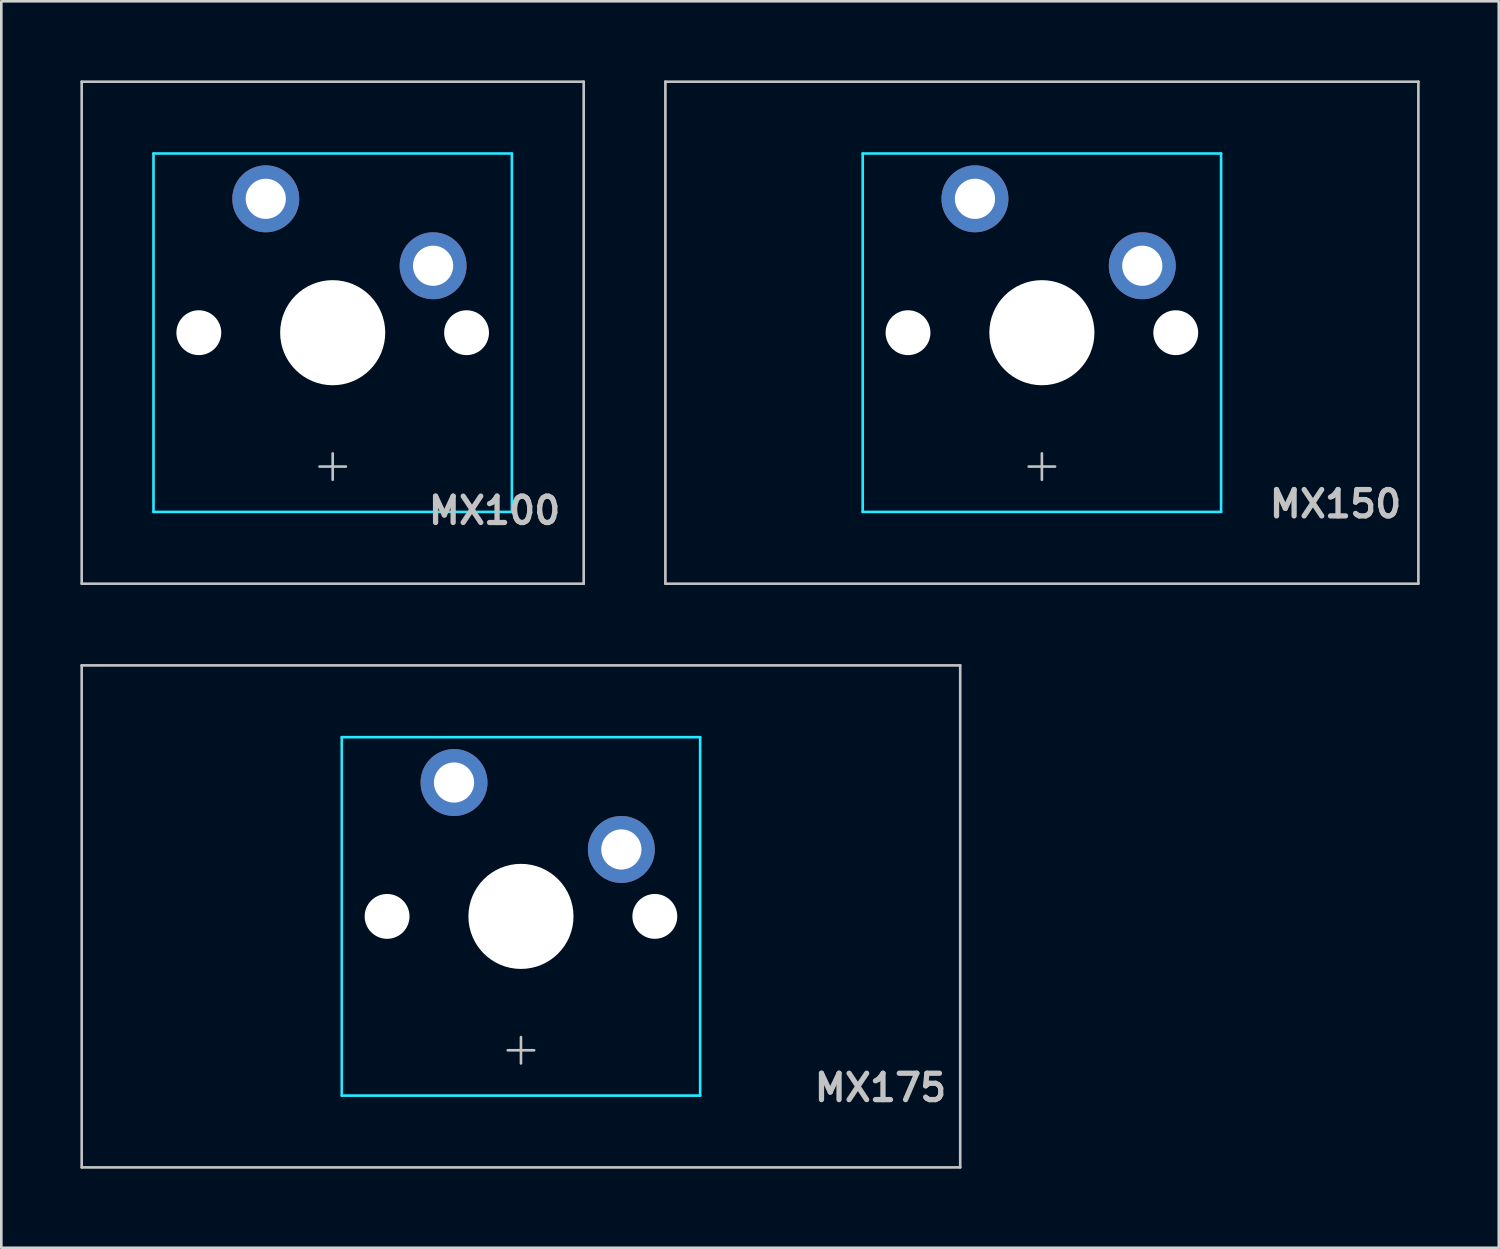
<source format=kicad_pcb>
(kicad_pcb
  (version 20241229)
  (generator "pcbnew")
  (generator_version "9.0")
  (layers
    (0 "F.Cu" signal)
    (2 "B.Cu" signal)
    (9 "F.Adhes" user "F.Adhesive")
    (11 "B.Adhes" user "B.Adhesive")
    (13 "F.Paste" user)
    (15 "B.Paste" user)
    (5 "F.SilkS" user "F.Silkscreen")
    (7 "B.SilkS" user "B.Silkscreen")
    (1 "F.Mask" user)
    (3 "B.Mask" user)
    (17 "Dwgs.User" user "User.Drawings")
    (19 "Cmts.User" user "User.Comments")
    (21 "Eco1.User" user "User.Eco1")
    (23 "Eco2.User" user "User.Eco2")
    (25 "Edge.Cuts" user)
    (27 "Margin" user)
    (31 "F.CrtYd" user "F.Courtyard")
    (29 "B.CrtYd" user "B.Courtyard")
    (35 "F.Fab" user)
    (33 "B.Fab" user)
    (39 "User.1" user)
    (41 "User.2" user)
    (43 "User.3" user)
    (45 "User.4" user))
  (footprint "MX175"
    (layer "F.Cu")
    (at 16.719 31.725)
    (property "Reference" "MX175" (at 16.25 6.5 0) (layer "Dwgs.User") (effects (font (size 1 1) (thickness 0.2)) (justify right)))
    (attr through_hole)
    (fp_circle (center -2.54 -5.08) (end -2.032 -5.08) (stroke (width 0.12) (type solid)) (fill no) (layer "F.Mask"))
    (fp_line (start -16.669 -9.525) (end -16.669 9.525) (stroke (width 0.1) (type solid)) (layer "Dwgs.User"))
    (fp_line (start -16.669 -9.525) (end 16.669 -9.525) (stroke (width 0.1) (type solid)) (layer "Dwgs.User"))
    (fp_line (start -16.669 9.525) (end 16.669 9.525) (stroke (width 0.1) (type solid)) (layer "Dwgs.User"))
    (fp_line (start -0.5 5.08) (end 0.5 5.08) (stroke (width 0.1) (type solid)) (layer "Dwgs.User"))
    (fp_line (start 0 4.58) (end 0 5.58) (stroke (width 0.1) (type solid)) (layer "Dwgs.User"))
    (fp_line (start 16.669 -9.525) (end 16.669 9.525) (stroke (width 0.1) (type solid)) (layer "Dwgs.User"))
    (fp_line (start -7 -6.5) (end -7 6.5) (stroke (width 0.1) (type solid)) (layer "Eco1.User"))
    (fp_line (start -6.5 7) (end 6.5 7) (stroke (width 0.1) (type solid)) (layer "Eco1.User"))
    (fp_line (start 6.5 -7) (end -6.5 -7) (stroke (width 0.1) (type solid)) (layer "Eco1.User"))
    (fp_line (start 7 6.5) (end 7 -6.5) (stroke (width 0.1) (type solid)) (layer "Eco1.User"))
    (fp_arc (start -7 -6.5) (mid -6.853553 -6.853553) (end -6.5 -7) (stroke (width 0.1) (type solid)) (layer "Eco1.User"))
    (fp_arc (start -6.5 7) (mid -6.853553 6.853553) (end -7 6.5) (stroke (width 0.1) (type solid)) (layer "Eco1.User"))
    (fp_arc (start 6.5 -7) (mid 6.853553 -6.853553) (end 7 -6.5) (stroke (width 0.1) (type solid)) (layer "Eco1.User"))
    (fp_arc (start 7 6.5) (mid 6.853553 6.853553) (end 6.5 7) (stroke (width 0.1) (type solid)) (layer "Eco1.User"))
    (fp_line (start -6.8 -6.8) (end 6.8 -6.8) (stroke (width 0.1) (type solid)) (layer "B.CrtYd"))
    (fp_line (start -6.8 6.8) (end -6.8 -6.8) (stroke (width 0.1) (type solid)) (layer "B.CrtYd"))
    (fp_line (start -6.8 6.8) (end 6.8 6.8) (stroke (width 0.1) (type solid)) (layer "B.CrtYd"))
    (fp_line (start 6.8 6.8) (end 6.8 -6.8) (stroke (width 0.1) (type solid)) (layer "B.CrtYd"))
    (pad "" np_thru_hole circle (at -5.08 0) (size 1.702 1.702) (drill 1.702) (layers "*.Cu" "*.Mask"))
    (pad "" connect circle (at -2.54 -5.08) (size 1.524 1.524) (layers "B.Mask"))
    (pad "" np_thru_hole circle (at 0 0) (size 3.988 3.988) (drill 3.988) (layers "*.Cu" "*.Mask"))
    (pad "" connect circle (at 3.81 -2.54) (size 1.524 1.524) (layers "B.Mask"))
    (pad "" np_thru_hole circle (at 5.08 0) (size 1.702 1.702) (drill 1.702) (layers "*.Cu" "*.Mask"))
    (pad "1" thru_hole circle (at -2.54 -5.08) (size 2.54 2.54) (drill 1.524) (layers "*.Cu" "F.Mask"))
    (pad "2" thru_hole circle (at 3.81 -2.54) (size 2.54 2.54) (drill 1.524) (layers "*.Cu" "F.Mask")))
  (footprint "MX100"
    (layer "F.Cu")
    (at 9.575 9.575)
    (property "Reference" "MX100" (at 8.75 6.75 0) (layer "Dwgs.User") (effects (font (size 1 1) (thickness 0.2)) (justify right)))
    (attr through_hole)
    (fp_circle (center 3.81 -2.54) (end 4.318 -2.54) (stroke (width 0.12) (type solid)) (fill no) (layer "F.Mask"))
    (fp_line (start -9.525 -9.525) (end 9.525 -9.525) (stroke (width 0.1) (type solid)) (layer "Dwgs.User"))
    (fp_line (start -9.525 9.525) (end -9.525 -9.525) (stroke (width 0.1) (type solid)) (layer "Dwgs.User"))
    (fp_line (start -0.5 5.08) (end 0.5 5.08) (stroke (width 0.1) (type solid)) (layer "Dwgs.User"))
    (fp_line (start 0 4.58) (end 0 5.58) (stroke (width 0.1) (type solid)) (layer "Dwgs.User"))
    (fp_line (start 9.525 -9.525) (end 9.525 9.525) (stroke (width 0.1) (type solid)) (layer "Dwgs.User"))
    (fp_line (start 9.525 9.525) (end -9.525 9.525) (stroke (width 0.1) (type solid)) (layer "Dwgs.User"))
    (fp_line (start -7 -6.5) (end -7 6.5) (stroke (width 0.1) (type solid)) (layer "Eco1.User"))
    (fp_line (start -6.5 7) (end 6.5 7) (stroke (width 0.1) (type solid)) (layer "Eco1.User"))
    (fp_line (start 6.5 -7) (end -6.5 -7) (stroke (width 0.1) (type solid)) (layer "Eco1.User"))
    (fp_line (start 7 6.5) (end 7 -6.5) (stroke (width 0.1) (type solid)) (layer "Eco1.User"))
    (fp_arc (start -7 -6.5) (mid -6.853553 -6.853553) (end -6.5 -7) (stroke (width 0.1) (type solid)) (layer "Eco1.User"))
    (fp_arc (start -6.5 7) (mid -6.853553 6.853553) (end -7 6.5) (stroke (width 0.1) (type solid)) (layer "Eco1.User"))
    (fp_arc (start 6.5 -7) (mid 6.853553 -6.853553) (end 7 -6.5) (stroke (width 0.1) (type solid)) (layer "Eco1.User"))
    (fp_arc (start 7 6.5) (mid 6.853553 6.853553) (end 6.5 7) (stroke (width 0.1) (type solid)) (layer "Eco1.User"))
    (fp_line (start -6.8 -6.8) (end -6.8 6.8) (stroke (width 0.1) (type solid)) (layer "B.CrtYd"))
    (fp_line (start -6.8 -6.8) (end 6.8 -6.8) (stroke (width 0.1) (type solid)) (layer "B.CrtYd"))
    (fp_line (start -6.8 6.8) (end 6.8 6.8) (stroke (width 0.1) (type solid)) (layer "B.CrtYd"))
    (fp_line (start 6.8 -6.8) (end 6.8 6.8) (stroke (width 0.1) (type solid)) (layer "B.CrtYd"))
    (pad "" np_thru_hole circle (at -5.08 0) (size 1.702 1.702) (drill 1.702) (layers "*.Cu" "*.Mask"))
    (pad "" connect circle (at -2.54 -5.08) (size 1.524 1.524) (layers "B.Mask"))
    (pad "" np_thru_hole circle (at 0 0) (size 3.988 3.988) (drill 3.988) (layers "*.Cu" "*.Mask"))
    (pad "" connect circle (at 3.81 -2.54) (size 1.524 1.524) (layers "B.Mask"))
    (pad "" np_thru_hole circle (at 5.08 0) (size 1.702 1.702) (drill 1.702) (layers "*.Cu" "*.Mask"))
    (pad "1" thru_hole circle (at -2.54 -5.08) (size 2.54 2.54) (drill 1.524) (layers "*.Cu" "F.Mask"))
    (pad "2" thru_hole circle (at 3.81 -2.54 90) (size 2.54 2.54) (drill 1.524) (layers "*.Cu" "F.Mask")))
  (footprint "MX150"
    (layer "F.Cu")
    (at 36.487 9.575)
    (property "Reference" "MX150" (at 13.75 6.5 0) (layer "Dwgs.User") (effects (font (size 1 1) (thickness 0.2)) (justify right)))
    (attr through_hole)
    (fp_line (start -14.287 -9.525) (end -14.287 9.525) (stroke (width 0.1) (type solid)) (layer "Dwgs.User"))
    (fp_line (start -14.287 -9.525) (end 14.287 -9.525) (stroke (width 0.1) (type solid)) (layer "Dwgs.User"))
    (fp_line (start -14.287 9.525) (end 14.287 9.525) (stroke (width 0.1) (type solid)) (layer "Dwgs.User"))
    (fp_line (start 0 5.58) (end 0 4.58) (stroke (width 0.1) (type solid)) (layer "Dwgs.User"))
    (fp_line (start 0.5 5.08) (end -0.5 5.08) (stroke (width 0.1) (type solid)) (layer "Dwgs.User"))
    (fp_line (start 14.287 -9.525) (end 14.287 9.525) (stroke (width 0.1) (type solid)) (layer "Dwgs.User"))
    (fp_line (start -7 -6.5) (end -7 6.5) (stroke (width 0.1) (type solid)) (layer "Eco1.User"))
    (fp_line (start -6.5 7) (end 6.5 7) (stroke (width 0.1) (type solid)) (layer "Eco1.User"))
    (fp_line (start 6.5 -7) (end -6.5 -7) (stroke (width 0.1) (type solid)) (layer "Eco1.User"))
    (fp_line (start 7 6.5) (end 7 -6.5) (stroke (width 0.1) (type solid)) (layer "Eco1.User"))
    (fp_arc (start -7 -6.5) (mid -6.853553 -6.853553) (end -6.5 -7) (stroke (width 0.1) (type solid)) (layer "Eco1.User"))
    (fp_arc (start -6.5 7) (mid -6.853553 6.853553) (end -7 6.5) (stroke (width 0.1) (type solid)) (layer "Eco1.User"))
    (fp_arc (start 6.5 -7) (mid 6.853553 -6.853553) (end 7 -6.5) (stroke (width 0.1) (type solid)) (layer "Eco1.User"))
    (fp_arc (start 7 6.5) (mid 6.853553 6.853553) (end 6.5 7) (stroke (width 0.1) (type solid)) (layer "Eco1.User"))
    (fp_line (start -6.8 -6.8) (end 6.8 -6.8) (stroke (width 0.1) (type solid)) (layer "B.CrtYd"))
    (fp_line (start -6.8 6.8) (end -6.8 -6.8) (stroke (width 0.1) (type solid)) (layer "B.CrtYd"))
    (fp_line (start -6.8 6.8) (end 6.8 6.8) (stroke (width 0.1) (type solid)) (layer "B.CrtYd"))
    (fp_line (start 6.8 6.8) (end 6.8 -6.8) (stroke (width 0.1) (type solid)) (layer "B.CrtYd"))
    (pad "" np_thru_hole circle (at -5.08 0) (size 1.702 1.702) (drill 1.702) (layers "*.Cu" "*.Mask"))
    (pad "" connect circle (at -2.54 -5.08) (size 1.524 1.524) (layers "B.Mask"))
    (pad "" np_thru_hole circle (at 0 0) (size 3.988 3.988) (drill 3.988) (layers "*.Cu" "*.Mask"))
    (pad "" connect circle (at 3.81 -2.54) (size 1.524 1.524) (layers "B.Mask"))
    (pad "" np_thru_hole circle (at 5.08 0) (size 1.702 1.702) (drill 1.702) (layers "*.Cu" "*.Mask"))
    (pad "1" thru_hole circle (at -2.54 -5.08) (size 2.54 2.54) (drill 1.524) (layers "*.Cu" "F.Mask"))
    (pad "2" thru_hole circle (at 3.81 -2.54) (size 2.54 2.54) (drill 1.524) (layers "*.Cu" "F.Mask")))
  (gr_rect
    (start -3 -3)
    (end 53.825 44.3)
    (stroke (width 0.1) (type default))
    (fill no)
    (layer "Edge.Cuts")))
</source>
